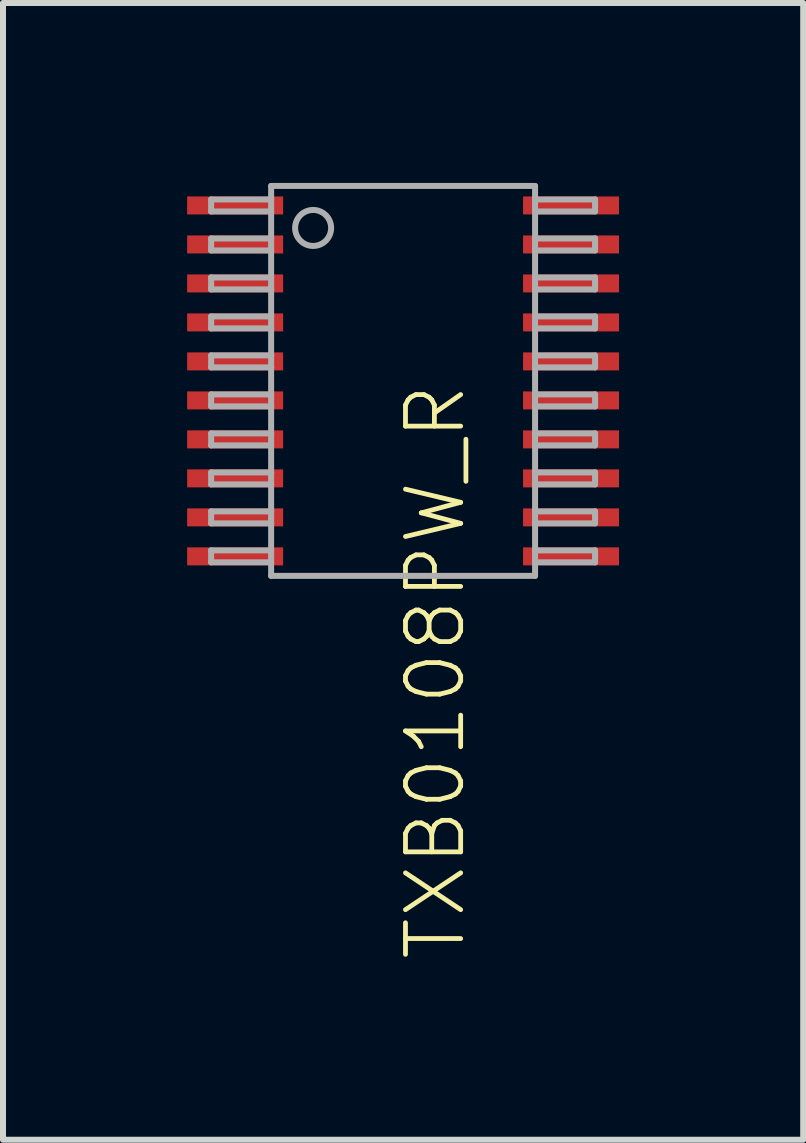
<source format=kicad_pcb>
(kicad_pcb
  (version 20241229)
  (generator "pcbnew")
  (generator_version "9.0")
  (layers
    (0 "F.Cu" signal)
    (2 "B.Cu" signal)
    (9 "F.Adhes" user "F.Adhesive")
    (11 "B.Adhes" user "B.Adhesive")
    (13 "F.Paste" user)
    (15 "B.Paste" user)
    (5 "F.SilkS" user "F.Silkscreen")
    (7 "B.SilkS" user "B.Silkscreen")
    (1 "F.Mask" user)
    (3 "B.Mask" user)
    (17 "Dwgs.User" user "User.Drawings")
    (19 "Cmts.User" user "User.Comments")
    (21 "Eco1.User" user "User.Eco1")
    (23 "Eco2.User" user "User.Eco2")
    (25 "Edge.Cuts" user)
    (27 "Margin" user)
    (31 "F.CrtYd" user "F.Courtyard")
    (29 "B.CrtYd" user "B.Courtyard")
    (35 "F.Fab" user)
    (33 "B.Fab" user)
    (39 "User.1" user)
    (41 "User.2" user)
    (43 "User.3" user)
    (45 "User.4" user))
  (footprint "TXB0108PW_R"
    (layer "F.Cu")
    (at 3.67 3.3)
    (property "Reference" "TXB0108PW_R" (at 0 0 90) (unlocked yes) (layer "F.SilkS") (effects (font (size 0.92 0.92) (thickness 0.08)) (justify right top)))
    (fp_poly (pts (xy -3.67 -3.145) (xy -3.67 -2.705) (xy -1.93 -2.705) (xy -1.93 -3.145)) (stroke (width 0) (type default)) (fill yes) (layer "F.Mask"))
    (fp_poly (pts (xy -3.67 -2.495) (xy -3.67 -2.055) (xy -1.93 -2.055) (xy -1.93 -2.495)) (stroke (width 0) (type default)) (fill yes) (layer "F.Mask"))
    (fp_poly (pts (xy -3.67 -1.845) (xy -3.67 -1.405) (xy -1.93 -1.405) (xy -1.93 -1.845)) (stroke (width 0) (type default)) (fill yes) (layer "F.Mask"))
    (fp_poly (pts (xy -3.67 -1.195) (xy -3.67 -0.755) (xy -1.93 -0.755) (xy -1.93 -1.195)) (stroke (width 0) (type default)) (fill yes) (layer "F.Mask"))
    (fp_poly (pts (xy -3.67 -0.545) (xy -3.67 -0.105) (xy -1.93 -0.105) (xy -1.93 -0.545)) (stroke (width 0) (type default)) (fill yes) (layer "F.Mask"))
    (fp_poly (pts (xy -3.67 0.105) (xy -3.67 0.545) (xy -1.93 0.545) (xy -1.93 0.105)) (stroke (width 0) (type default)) (fill yes) (layer "F.Mask"))
    (fp_poly (pts (xy -3.67 0.755) (xy -3.67 1.195) (xy -1.93 1.195) (xy -1.93 0.755)) (stroke (width 0) (type default)) (fill yes) (layer "F.Mask"))
    (fp_poly (pts (xy -3.67 1.405) (xy -3.67 1.845) (xy -1.93 1.845) (xy -1.93 1.405)) (stroke (width 0) (type default)) (fill yes) (layer "F.Mask"))
    (fp_poly (pts (xy -3.67 2.055) (xy -3.67 2.495) (xy -1.93 2.495) (xy -1.93 2.055)) (stroke (width 0) (type default)) (fill yes) (layer "F.Mask"))
    (fp_poly (pts (xy -3.67 2.705) (xy -3.67 3.145) (xy -1.93 3.145) (xy -1.93 2.705)) (stroke (width 0) (type default)) (fill yes) (layer "F.Mask"))
    (fp_poly (pts (xy 1.93 -3.145) (xy 1.93 -2.705) (xy 3.67 -2.705) (xy 3.67 -3.145)) (stroke (width 0) (type default)) (fill yes) (layer "F.Mask"))
    (fp_poly (pts (xy 1.93 -2.495) (xy 1.93 -2.055) (xy 3.67 -2.055) (xy 3.67 -2.495)) (stroke (width 0) (type default)) (fill yes) (layer "F.Mask"))
    (fp_poly (pts (xy 1.93 -1.845) (xy 1.93 -1.405) (xy 3.67 -1.405) (xy 3.67 -1.845)) (stroke (width 0) (type default)) (fill yes) (layer "F.Mask"))
    (fp_poly (pts (xy 1.93 -1.195) (xy 1.93 -0.755) (xy 3.67 -0.755) (xy 3.67 -1.195)) (stroke (width 0) (type default)) (fill yes) (layer "F.Mask"))
    (fp_poly (pts (xy 1.93 -0.545) (xy 1.93 -0.105) (xy 3.67 -0.105) (xy 3.67 -0.545)) (stroke (width 0) (type default)) (fill yes) (layer "F.Mask"))
    (fp_poly (pts (xy 1.93 0.105) (xy 1.93 0.545) (xy 3.67 0.545) (xy 3.67 0.105)) (stroke (width 0) (type default)) (fill yes) (layer "F.Mask"))
    (fp_poly (pts (xy 1.93 0.755) (xy 1.93 1.195) (xy 3.67 1.195) (xy 3.67 0.755)) (stroke (width 0) (type default)) (fill yes) (layer "F.Mask"))
    (fp_poly (pts (xy 1.93 1.405) (xy 1.93 1.845) (xy 3.67 1.845) (xy 3.67 1.405)) (stroke (width 0) (type default)) (fill yes) (layer "F.Mask"))
    (fp_poly (pts (xy 1.93 2.055) (xy 1.93 2.495) (xy 3.67 2.495) (xy 3.67 2.055)) (stroke (width 0) (type default)) (fill yes) (layer "F.Mask"))
    (fp_poly (pts (xy 1.93 2.705) (xy 1.93 3.145) (xy 3.67 3.145) (xy 3.67 2.705)) (stroke (width 0) (type default)) (fill yes) (layer "F.Mask"))
    (fp_poly (pts (xy -3.575 -3.05) (xy -3.575 -2.8) (xy -2.025 -2.8) (xy -2.025 -3.05)) (stroke (width 0) (type default)) (fill yes) (layer "F.Paste"))
    (fp_poly (pts (xy -3.575 -2.4) (xy -3.575 -2.15) (xy -2.025 -2.15) (xy -2.025 -2.4)) (stroke (width 0) (type default)) (fill yes) (layer "F.Paste"))
    (fp_poly (pts (xy -3.575 -1.75) (xy -3.575 -1.5) (xy -2.025 -1.5) (xy -2.025 -1.75)) (stroke (width 0) (type default)) (fill yes) (layer "F.Paste"))
    (fp_poly (pts (xy -3.575 -1.1) (xy -3.575 -0.85) (xy -2.025 -0.85) (xy -2.025 -1.1)) (stroke (width 0) (type default)) (fill yes) (layer "F.Paste"))
    (fp_poly (pts (xy -3.575 -0.45) (xy -3.575 -0.2) (xy -2.025 -0.2) (xy -2.025 -0.45)) (stroke (width 0) (type default)) (fill yes) (layer "F.Paste"))
    (fp_poly (pts (xy -3.575 0.2) (xy -3.575 0.45) (xy -2.025 0.45) (xy -2.025 0.2)) (stroke (width 0) (type default)) (fill yes) (layer "F.Paste"))
    (fp_poly (pts (xy -3.575 0.85) (xy -3.575 1.1) (xy -2.025 1.1) (xy -2.025 0.85)) (stroke (width 0) (type default)) (fill yes) (layer "F.Paste"))
    (fp_poly (pts (xy -3.575 1.5) (xy -3.575 1.75) (xy -2.025 1.75) (xy -2.025 1.5)) (stroke (width 0) (type default)) (fill yes) (layer "F.Paste"))
    (fp_poly (pts (xy -3.575 2.15) (xy -3.575 2.4) (xy -2.025 2.4) (xy -2.025 2.15)) (stroke (width 0) (type default)) (fill yes) (layer "F.Paste"))
    (fp_poly (pts (xy -3.575 2.8) (xy -3.575 3.05) (xy -2.025 3.05) (xy -2.025 2.8)) (stroke (width 0) (type default)) (fill yes) (layer "F.Paste"))
    (fp_poly (pts (xy 2.025 -3.05) (xy 2.025 -2.8) (xy 3.575 -2.8) (xy 3.575 -3.05)) (stroke (width 0) (type default)) (fill yes) (layer "F.Paste"))
    (fp_poly (pts (xy 2.025 -2.4) (xy 2.025 -2.15) (xy 3.575 -2.15) (xy 3.575 -2.4)) (stroke (width 0) (type default)) (fill yes) (layer "F.Paste"))
    (fp_poly (pts (xy 2.025 -1.75) (xy 2.025 -1.5) (xy 3.575 -1.5) (xy 3.575 -1.75)) (stroke (width 0) (type default)) (fill yes) (layer "F.Paste"))
    (fp_poly (pts (xy 2.025 -1.1) (xy 2.025 -0.85) (xy 3.575 -0.85) (xy 3.575 -1.1)) (stroke (width 0) (type default)) (fill yes) (layer "F.Paste"))
    (fp_poly (pts (xy 2.025 -0.45) (xy 2.025 -0.2) (xy 3.575 -0.2) (xy 3.575 -0.45)) (stroke (width 0) (type default)) (fill yes) (layer "F.Paste"))
    (fp_poly (pts (xy 2.025 0.2) (xy 2.025 0.45) (xy 3.575 0.45) (xy 3.575 0.2)) (stroke (width 0) (type default)) (fill yes) (layer "F.Paste"))
    (fp_poly (pts (xy 2.025 0.85) (xy 2.025 1.1) (xy 3.575 1.1) (xy 3.575 0.85)) (stroke (width 0) (type default)) (fill yes) (layer "F.Paste"))
    (fp_poly (pts (xy 2.025 1.5) (xy 2.025 1.75) (xy 3.575 1.75) (xy 3.575 1.5)) (stroke (width 0) (type default)) (fill yes) (layer "F.Paste"))
    (fp_poly (pts (xy 2.025 2.15) (xy 2.025 2.4) (xy 3.575 2.4) (xy 3.575 2.15)) (stroke (width 0) (type default)) (fill yes) (layer "F.Paste"))
    (fp_poly (pts (xy 2.025 2.8) (xy 2.025 3.05) (xy 3.575 3.05) (xy 3.575 2.8)) (stroke (width 0) (type default)) (fill yes) (layer "F.Paste"))
    (fp_line (start -3.2 -3.025) (end -3.2 -2.825) (stroke (width 0.1) (type solid)) (layer "F.Fab"))
    (fp_line (start -3.2 -3.025) (end -2.2 -3.025) (stroke (width 0.1) (type solid)) (layer "F.Fab"))
    (fp_line (start -3.2 -2.825) (end -2.2 -2.825) (stroke (width 0.1) (type solid)) (layer "F.Fab"))
    (fp_line (start -3.2 -2.375) (end -3.2 -2.175) (stroke (width 0.1) (type solid)) (layer "F.Fab"))
    (fp_line (start -3.2 -2.375) (end -2.2 -2.375) (stroke (width 0.1) (type solid)) (layer "F.Fab"))
    (fp_line (start -3.2 -2.175) (end -2.2 -2.175) (stroke (width 0.1) (type solid)) (layer "F.Fab"))
    (fp_line (start -3.2 -1.725) (end -3.2 -1.525) (stroke (width 0.1) (type solid)) (layer "F.Fab"))
    (fp_line (start -3.2 -1.725) (end -2.2 -1.725) (stroke (width 0.1) (type solid)) (layer "F.Fab"))
    (fp_line (start -3.2 -1.525) (end -2.2 -1.525) (stroke (width 0.1) (type solid)) (layer "F.Fab"))
    (fp_line (start -3.2 -1.075) (end -3.2 -0.875) (stroke (width 0.1) (type solid)) (layer "F.Fab"))
    (fp_line (start -3.2 -1.075) (end -2.2 -1.075) (stroke (width 0.1) (type solid)) (layer "F.Fab"))
    (fp_line (start -3.2 -0.875) (end -2.2 -0.875) (stroke (width 0.1) (type solid)) (layer "F.Fab"))
    (fp_line (start -3.2 -0.425) (end -3.2 -0.225) (stroke (width 0.1) (type solid)) (layer "F.Fab"))
    (fp_line (start -3.2 -0.425) (end -2.2 -0.425) (stroke (width 0.1) (type solid)) (layer "F.Fab"))
    (fp_line (start -3.2 -0.225) (end -2.2 -0.225) (stroke (width 0.1) (type solid)) (layer "F.Fab"))
    (fp_line (start -3.2 0.225) (end -3.2 0.425) (stroke (width 0.1) (type solid)) (layer "F.Fab"))
    (fp_line (start -3.2 0.225) (end -2.2 0.225) (stroke (width 0.1) (type solid)) (layer "F.Fab"))
    (fp_line (start -3.2 0.425) (end -2.2 0.425) (stroke (width 0.1) (type solid)) (layer "F.Fab"))
    (fp_line (start -3.2 0.875) (end -3.2 1.075) (stroke (width 0.1) (type solid)) (layer "F.Fab"))
    (fp_line (start -3.2 0.875) (end -2.2 0.875) (stroke (width 0.1) (type solid)) (layer "F.Fab"))
    (fp_line (start -3.2 1.075) (end -2.2 1.075) (stroke (width 0.1) (type solid)) (layer "F.Fab"))
    (fp_line (start -3.2 1.525) (end -3.2 1.725) (stroke (width 0.1) (type solid)) (layer "F.Fab"))
    (fp_line (start -3.2 1.525) (end -2.2 1.525) (stroke (width 0.1) (type solid)) (layer "F.Fab"))
    (fp_line (start -3.2 1.725) (end -2.2 1.725) (stroke (width 0.1) (type solid)) (layer "F.Fab"))
    (fp_line (start -3.2 2.175) (end -3.2 2.375) (stroke (width 0.1) (type solid)) (layer "F.Fab"))
    (fp_line (start -3.2 2.175) (end -2.2 2.175) (stroke (width 0.1) (type solid)) (layer "F.Fab"))
    (fp_line (start -3.2 2.375) (end -2.2 2.375) (stroke (width 0.1) (type solid)) (layer "F.Fab"))
    (fp_line (start -3.2 2.825) (end -3.2 3.025) (stroke (width 0.1) (type solid)) (layer "F.Fab"))
    (fp_line (start -3.2 2.825) (end -2.2 2.825) (stroke (width 0.1) (type solid)) (layer "F.Fab"))
    (fp_line (start -3.2 3.025) (end -2.2 3.025) (stroke (width 0.1) (type solid)) (layer "F.Fab"))
    (fp_line (start -2.2 -3.25) (end -2.2 -3.025) (stroke (width 0.1) (type solid)) (layer "F.Fab"))
    (fp_line (start -2.2 -3.025) (end -2.2 -2.825) (stroke (width 0.1) (type solid)) (layer "F.Fab"))
    (fp_line (start -2.2 -2.825) (end -2.2 -2.375) (stroke (width 0.1) (type solid)) (layer "F.Fab"))
    (fp_line (start -2.2 -2.375) (end -2.2 -2.175) (stroke (width 0.1) (type solid)) (layer "F.Fab"))
    (fp_line (start -2.2 -2.175) (end -2.2 -1.725) (stroke (width 0.1) (type solid)) (layer "F.Fab"))
    (fp_line (start -2.2 -1.725) (end -2.2 -1.525) (stroke (width 0.1) (type solid)) (layer "F.Fab"))
    (fp_line (start -2.2 -1.525) (end -2.2 -1.075) (stroke (width 0.1) (type solid)) (layer "F.Fab"))
    (fp_line (start -2.2 -1.075) (end -2.2 -0.875) (stroke (width 0.1) (type solid)) (layer "F.Fab"))
    (fp_line (start -2.2 -0.875) (end -2.2 -0.425) (stroke (width 0.1) (type solid)) (layer "F.Fab"))
    (fp_line (start -2.2 -0.425) (end -2.2 -0.225) (stroke (width 0.1) (type solid)) (layer "F.Fab"))
    (fp_line (start -2.2 -0.225) (end -2.2 0.225) (stroke (width 0.1) (type solid)) (layer "F.Fab"))
    (fp_line (start -2.2 0.225) (end -2.2 0.425) (stroke (width 0.1) (type solid)) (layer "F.Fab"))
    (fp_line (start -2.2 0.425) (end -2.2 0.875) (stroke (width 0.1) (type solid)) (layer "F.Fab"))
    (fp_line (start -2.2 0.875) (end -2.2 1.075) (stroke (width 0.1) (type solid)) (layer "F.Fab"))
    (fp_line (start -2.2 1.075) (end -2.2 1.525) (stroke (width 0.1) (type solid)) (layer "F.Fab"))
    (fp_line (start -2.2 1.525) (end -2.2 1.725) (stroke (width 0.1) (type solid)) (layer "F.Fab"))
    (fp_line (start -2.2 1.725) (end -2.2 2.175) (stroke (width 0.1) (type solid)) (layer "F.Fab"))
    (fp_line (start -2.2 2.175) (end -2.2 2.375) (stroke (width 0.1) (type solid)) (layer "F.Fab"))
    (fp_line (start -2.2 2.375) (end -2.2 2.825) (stroke (width 0.1) (type solid)) (layer "F.Fab"))
    (fp_line (start -2.2 2.825) (end -2.2 3.025) (stroke (width 0.1) (type solid)) (layer "F.Fab"))
    (fp_line (start -2.2 3.025) (end -2.2 3.25) (stroke (width 0.1) (type solid)) (layer "F.Fab"))
    (fp_line (start -2.2 3.25) (end 2.2 3.25) (stroke (width 0.1) (type solid)) (layer "F.Fab"))
    (fp_line (start 2.2 -3.25) (end -2.2 -3.25) (stroke (width 0.1) (type solid)) (layer "F.Fab"))
    (fp_line (start 2.2 -3.025) (end 2.2 -3.25) (stroke (width 0.1) (type solid)) (layer "F.Fab"))
    (fp_line (start 2.2 -2.825) (end 2.2 -3.025) (stroke (width 0.1) (type solid)) (layer "F.Fab"))
    (fp_line (start 2.2 -2.375) (end 2.2 -2.825) (stroke (width 0.1) (type solid)) (layer "F.Fab"))
    (fp_line (start 2.2 -2.175) (end 2.2 -2.375) (stroke (width 0.1) (type solid)) (layer "F.Fab"))
    (fp_line (start 2.2 -1.725) (end 2.2 -2.175) (stroke (width 0.1) (type solid)) (layer "F.Fab"))
    (fp_line (start 2.2 -1.525) (end 2.2 -1.725) (stroke (width 0.1) (type solid)) (layer "F.Fab"))
    (fp_line (start 2.2 -1.075) (end 2.2 -1.525) (stroke (width 0.1) (type solid)) (layer "F.Fab"))
    (fp_line (start 2.2 -0.875) (end 2.2 -1.075) (stroke (width 0.1) (type solid)) (layer "F.Fab"))
    (fp_line (start 2.2 -0.425) (end 2.2 -0.875) (stroke (width 0.1) (type solid)) (layer "F.Fab"))
    (fp_line (start 2.2 -0.225) (end 2.2 -0.425) (stroke (width 0.1) (type solid)) (layer "F.Fab"))
    (fp_line (start 2.2 0.225) (end 2.2 -0.225) (stroke (width 0.1) (type solid)) (layer "F.Fab"))
    (fp_line (start 2.2 0.425) (end 2.2 0.225) (stroke (width 0.1) (type solid)) (layer "F.Fab"))
    (fp_line (start 2.2 0.875) (end 2.2 0.425) (stroke (width 0.1) (type solid)) (layer "F.Fab"))
    (fp_line (start 2.2 1.075) (end 2.2 0.875) (stroke (width 0.1) (type solid)) (layer "F.Fab"))
    (fp_line (start 2.2 1.525) (end 2.2 1.075) (stroke (width 0.1) (type solid)) (layer "F.Fab"))
    (fp_line (start 2.2 1.725) (end 2.2 1.525) (stroke (width 0.1) (type solid)) (layer "F.Fab"))
    (fp_line (start 2.2 2.175) (end 2.2 1.725) (stroke (width 0.1) (type solid)) (layer "F.Fab"))
    (fp_line (start 2.2 2.375) (end 2.2 2.175) (stroke (width 0.1) (type solid)) (layer "F.Fab"))
    (fp_line (start 2.2 2.825) (end 2.2 2.375) (stroke (width 0.1) (type solid)) (layer "F.Fab"))
    (fp_line (start 2.2 3.025) (end 2.2 2.825) (stroke (width 0.1) (type solid)) (layer "F.Fab"))
    (fp_line (start 2.2 3.25) (end 2.2 3.025) (stroke (width 0.1) (type solid)) (layer "F.Fab"))
    (fp_line (start 3.2 -3.025) (end 2.2 -3.025) (stroke (width 0.1) (type solid)) (layer "F.Fab"))
    (fp_line (start 3.2 -2.825) (end 2.2 -2.825) (stroke (width 0.1) (type solid)) (layer "F.Fab"))
    (fp_line (start 3.2 -2.825) (end 3.2 -3.025) (stroke (width 0.1) (type solid)) (layer "F.Fab"))
    (fp_line (start 3.2 -2.375) (end 2.2 -2.375) (stroke (width 0.1) (type solid)) (layer "F.Fab"))
    (fp_line (start 3.2 -2.175) (end 2.2 -2.175) (stroke (width 0.1) (type solid)) (layer "F.Fab"))
    (fp_line (start 3.2 -2.175) (end 3.2 -2.375) (stroke (width 0.1) (type solid)) (layer "F.Fab"))
    (fp_line (start 3.2 -1.725) (end 2.2 -1.725) (stroke (width 0.1) (type solid)) (layer "F.Fab"))
    (fp_line (start 3.2 -1.525) (end 2.2 -1.525) (stroke (width 0.1) (type solid)) (layer "F.Fab"))
    (fp_line (start 3.2 -1.525) (end 3.2 -1.725) (stroke (width 0.1) (type solid)) (layer "F.Fab"))
    (fp_line (start 3.2 -1.075) (end 2.2 -1.075) (stroke (width 0.1) (type solid)) (layer "F.Fab"))
    (fp_line (start 3.2 -0.875) (end 2.2 -0.875) (stroke (width 0.1) (type solid)) (layer "F.Fab"))
    (fp_line (start 3.2 -0.875) (end 3.2 -1.075) (stroke (width 0.1) (type solid)) (layer "F.Fab"))
    (fp_line (start 3.2 -0.425) (end 2.2 -0.425) (stroke (width 0.1) (type solid)) (layer "F.Fab"))
    (fp_line (start 3.2 -0.225) (end 2.2 -0.225) (stroke (width 0.1) (type solid)) (layer "F.Fab"))
    (fp_line (start 3.2 -0.225) (end 3.2 -0.425) (stroke (width 0.1) (type solid)) (layer "F.Fab"))
    (fp_line (start 3.2 0.225) (end 2.2 0.225) (stroke (width 0.1) (type solid)) (layer "F.Fab"))
    (fp_line (start 3.2 0.425) (end 2.2 0.425) (stroke (width 0.1) (type solid)) (layer "F.Fab"))
    (fp_line (start 3.2 0.425) (end 3.2 0.225) (stroke (width 0.1) (type solid)) (layer "F.Fab"))
    (fp_line (start 3.2 0.875) (end 2.2 0.875) (stroke (width 0.1) (type solid)) (layer "F.Fab"))
    (fp_line (start 3.2 1.075) (end 2.2 1.075) (stroke (width 0.1) (type solid)) (layer "F.Fab"))
    (fp_line (start 3.2 1.075) (end 3.2 0.875) (stroke (width 0.1) (type solid)) (layer "F.Fab"))
    (fp_line (start 3.2 1.525) (end 2.2 1.525) (stroke (width 0.1) (type solid)) (layer "F.Fab"))
    (fp_line (start 3.2 1.725) (end 2.2 1.725) (stroke (width 0.1) (type solid)) (layer "F.Fab"))
    (fp_line (start 3.2 1.725) (end 3.2 1.525) (stroke (width 0.1) (type solid)) (layer "F.Fab"))
    (fp_line (start 3.2 2.175) (end 2.2 2.175) (stroke (width 0.1) (type solid)) (layer "F.Fab"))
    (fp_line (start 3.2 2.375) (end 2.2 2.375) (stroke (width 0.1) (type solid)) (layer "F.Fab"))
    (fp_line (start 3.2 2.375) (end 3.2 2.175) (stroke (width 0.1) (type solid)) (layer "F.Fab"))
    (fp_line (start 3.2 2.825) (end 2.2 2.825) (stroke (width 0.1) (type solid)) (layer "F.Fab"))
    (fp_line (start 3.2 3.025) (end 2.2 3.025) (stroke (width 0.1) (type solid)) (layer "F.Fab"))
    (fp_line (start 3.2 3.025) (end 3.2 2.825) (stroke (width 0.1) (type solid)) (layer "F.Fab"))
    (fp_circle (center -1.5 -2.55) (end -1.2 -2.55) (stroke (width 0.1) (type solid)) (fill no) (layer "F.Fab"))
    (pad "1" smd rect (at -2.8 -2.925) (size 1.6 0.3) (layers "F.Cu"))
    (pad "2" smd rect (at -2.8 -2.275) (size 1.6 0.3) (layers "F.Cu"))
    (pad "3" smd rect (at -2.8 -1.625) (size 1.6 0.3) (layers "F.Cu"))
    (pad "4" smd rect (at -2.8 -0.975) (size 1.6 0.3) (layers "F.Cu"))
    (pad "5" smd rect (at -2.8 -0.325) (size 1.6 0.3) (layers "F.Cu"))
    (pad "6" smd rect (at -2.8 0.325) (size 1.6 0.3) (layers "F.Cu"))
    (pad "7" smd rect (at -2.8 0.975) (size 1.6 0.3) (layers "F.Cu"))
    (pad "8" smd rect (at -2.8 1.625) (size 1.6 0.3) (layers "F.Cu"))
    (pad "9" smd rect (at -2.8 2.275) (size 1.6 0.3) (layers "F.Cu"))
    (pad "10" smd rect (at -2.8 2.925) (size 1.6 0.3) (layers "F.Cu"))
    (pad "11" smd rect (at 2.8 2.925) (size 1.6 0.3) (layers "F.Cu"))
    (pad "12" smd rect (at 2.8 2.275) (size 1.6 0.3) (layers "F.Cu"))
    (pad "13" smd rect (at 2.8 1.625) (size 1.6 0.3) (layers "F.Cu"))
    (pad "14" smd rect (at 2.8 0.975) (size 1.6 0.3) (layers "F.Cu"))
    (pad "15" smd rect (at 2.8 0.325) (size 1.6 0.3) (layers "F.Cu"))
    (pad "16" smd rect (at 2.8 -0.325) (size 1.6 0.3) (layers "F.Cu"))
    (pad "17" smd rect (at 2.8 -0.975) (size 1.6 0.3) (layers "F.Cu"))
    (pad "18" smd rect (at 2.8 -1.625) (size 1.6 0.3) (layers "F.Cu"))
    (pad "19" smd rect (at 2.8 -2.275) (size 1.6 0.3) (layers "F.Cu"))
    (pad "20" smd rect (at 2.8 -2.925) (size 1.6 0.3) (layers "F.Cu")))
  (gr_rect
    (start -3 -3)
    (end 10.34 15.95)
    (stroke (width 0.1) (type default))
    (fill no)
    (layer "Edge.Cuts")))
</source>
